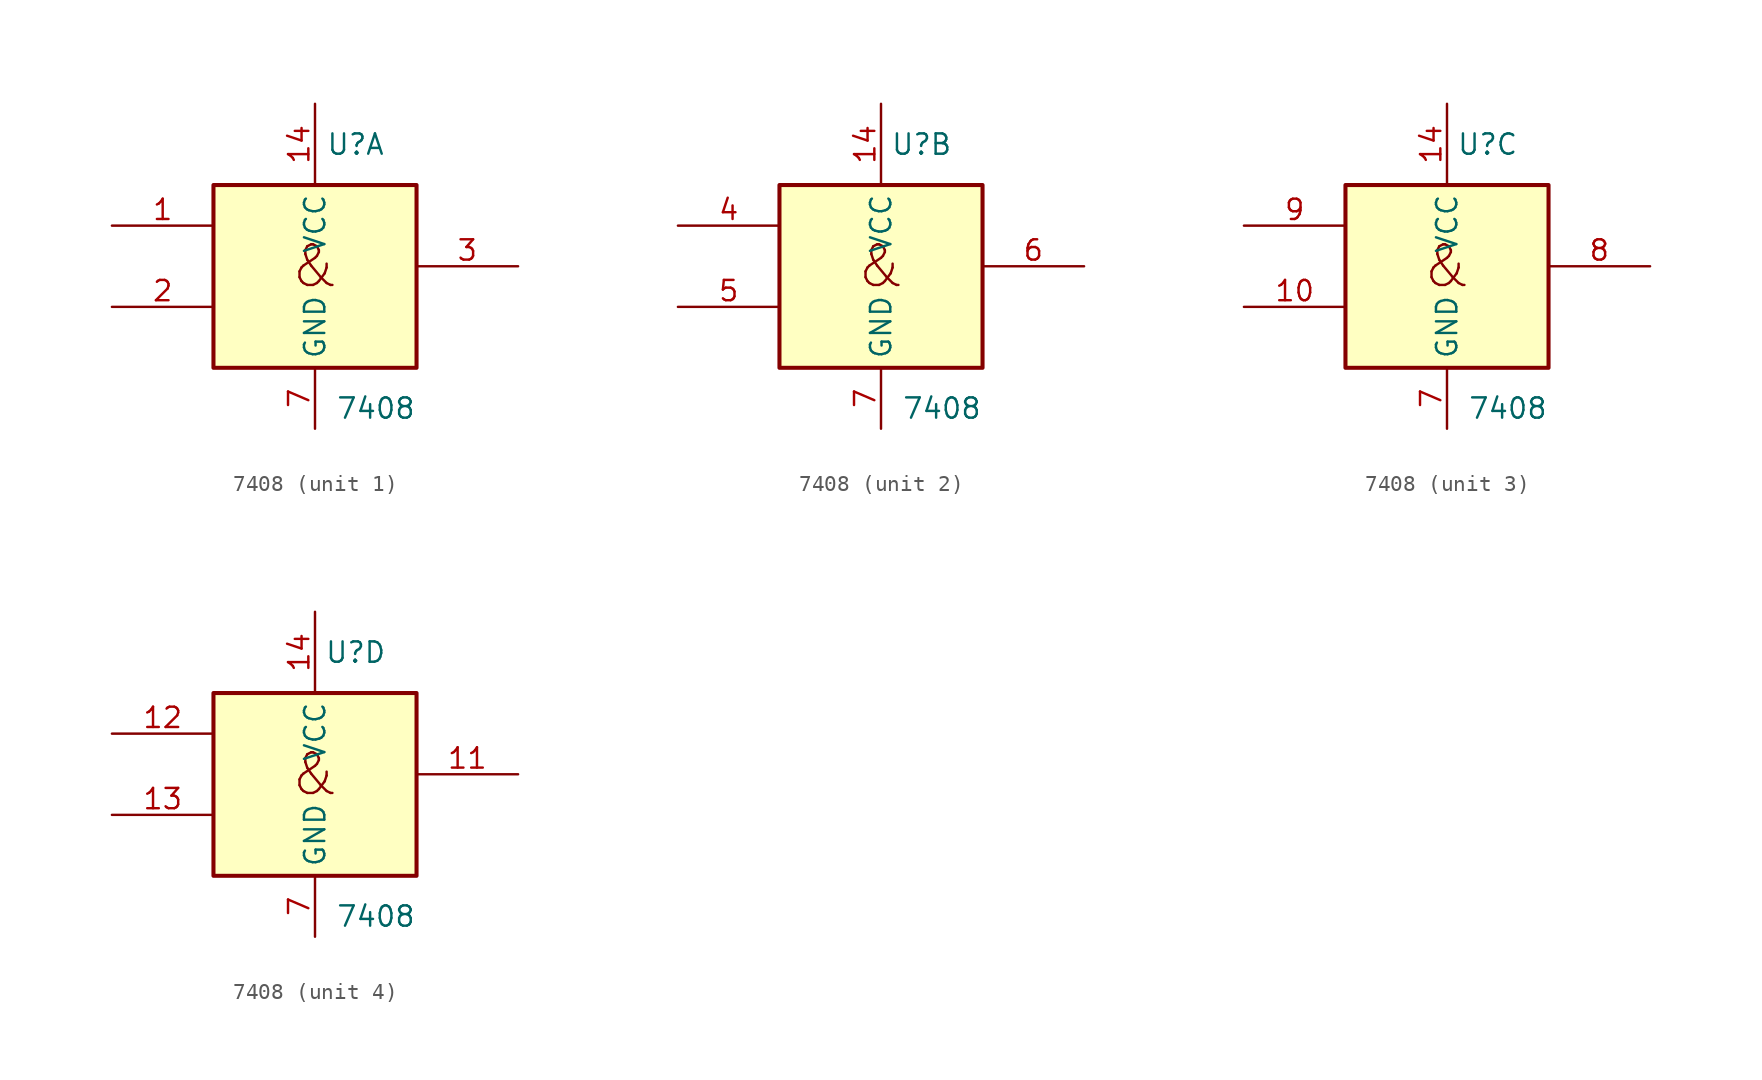
<source format=kicad_sym>
(kicad_symbol_lib
  (version 20231120)
  (generator "kicad_symbol_editor")
  (generator_version "8.0")
  (symbol "7408"
    (property "Reference" "U"
      (at 2.54 7.62 0)
      (effects (font (size 1.27 1.27))))
    (property "Value" "7408"
      (at 3.81 -8.89 0)
      (effects (font (size 1.27 1.27))))
    (symbol "7408_0_1"
      (rectangle (start -6.35 5.08) (end 6.35 -6.35) (stroke (width 0.254) (type default)) (fill (type background)))
      (text "&" (at 0 0 0) (effects (font (size 2.54 2.54))))
      (pin power_in line (at 0 10.16 270) (length 5.08) (name "VCC" (effects (font (size 1.27 1.27)))) (number "14" (effects (font (size 1.27 1.27)))))
      (pin power_in line (at 0 -10.16 90) (length 3.81) (name "GND" (effects (font (size 1.27 1.27)))) (number "7" (effects (font (size 1.27 1.27))))))
    (symbol "7408_1_1"
      (pin input line (at -12.7 2.54 0) (length 6.35) (name "~" (effects (font (size 1.27 1.27)))) (number "1" (effects (font (size 1.27 1.27)))))
      (pin input line (at -12.7 -2.54 0) (length 6.35) (name "~" (effects (font (size 1.27 1.27)))) (number "2" (effects (font (size 1.27 1.27)))))
      (pin output line (at 12.7 0 180) (length 6.35) (name "~" (effects (font (size 1.27 1.27)))) (number "3" (effects (font (size 1.27 1.27))))))
    (symbol "7408_2_1"
      (pin input line (at -12.7 2.54 0) (length 6.35) (name "~" (effects (font (size 1.27 1.27)))) (number "4" (effects (font (size 1.27 1.27)))))
      (pin input line (at -12.7 -2.54 0) (length 6.35) (name "~" (effects (font (size 1.27 1.27)))) (number "5" (effects (font (size 1.27 1.27)))))
      (pin output line (at 12.7 0 180) (length 6.35) (name "~" (effects (font (size 1.27 1.27)))) (number "6" (effects (font (size 1.27 1.27))))))
    (symbol "7408_3_1"
      (pin input line (at -12.7 -2.54 0) (length 6.35) (name "~" (effects (font (size 1.27 1.27)))) (number "10" (effects (font (size 1.27 1.27)))))
      (pin output line (at 12.7 0 180) (length 6.35) (name "~" (effects (font (size 1.27 1.27)))) (number "8" (effects (font (size 1.27 1.27)))))
      (pin input line (at -12.7 2.54 0) (length 6.35) (name "~" (effects (font (size 1.27 1.27)))) (number "9" (effects (font (size 1.27 1.27))))))
    (symbol "7408_4_1"
      (pin output line (at 12.7 0 180) (length 6.35) (name "~" (effects (font (size 1.27 1.27)))) (number "11" (effects (font (size 1.27 1.27)))))
      (pin input line (at -12.7 2.54 0) (length 6.35) (name "~" (effects (font (size 1.27 1.27)))) (number "12" (effects (font (size 1.27 1.27)))))
      (pin input line (at -12.7 -2.54 0) (length 6.35) (name "~" (effects (font (size 1.27 1.27)))) (number "13" (effects (font (size 1.27 1.27))))))))
</source>
